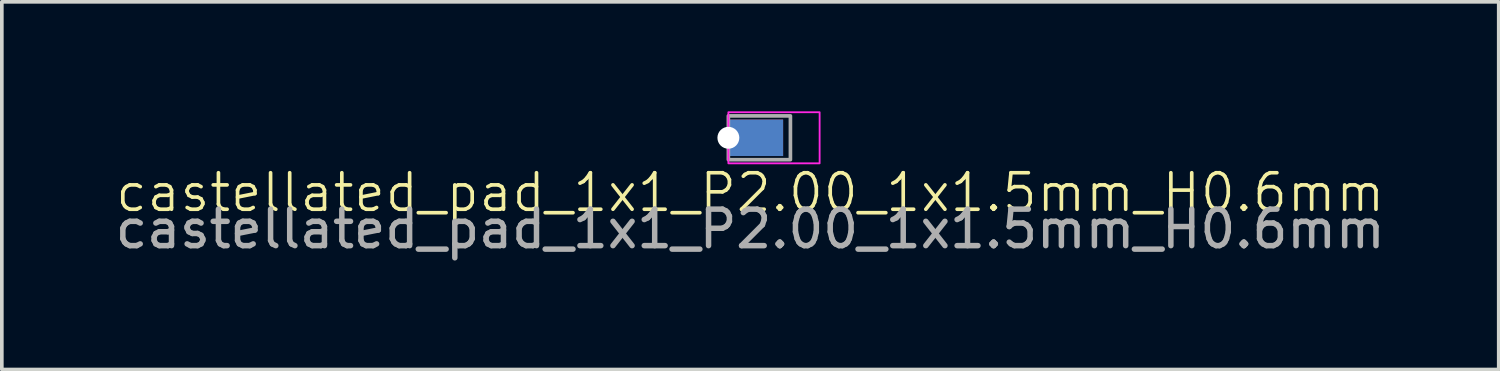
<source format=kicad_pcb>
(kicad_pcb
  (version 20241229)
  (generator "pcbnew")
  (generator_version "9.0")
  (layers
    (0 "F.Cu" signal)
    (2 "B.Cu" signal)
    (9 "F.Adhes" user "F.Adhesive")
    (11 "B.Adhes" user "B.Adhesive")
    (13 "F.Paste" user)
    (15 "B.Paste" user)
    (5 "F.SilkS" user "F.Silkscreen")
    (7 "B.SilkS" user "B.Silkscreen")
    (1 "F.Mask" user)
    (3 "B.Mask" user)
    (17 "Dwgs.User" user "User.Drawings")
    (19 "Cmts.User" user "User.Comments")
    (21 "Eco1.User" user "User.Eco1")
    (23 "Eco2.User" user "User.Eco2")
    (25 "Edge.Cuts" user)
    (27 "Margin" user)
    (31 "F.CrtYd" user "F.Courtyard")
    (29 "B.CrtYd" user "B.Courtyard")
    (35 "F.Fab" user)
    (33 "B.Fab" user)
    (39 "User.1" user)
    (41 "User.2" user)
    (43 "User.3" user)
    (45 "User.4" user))
  (footprint "castellated_pad_1x1_P2.00_1x1.5mm_H0.6mm"
    (layer "F.Cu")
    (at 17.506 0.725)
    (property "Reference" "castellated_pad_1x1_P2.00_1x1.5mm_H0.6mm" (at 0 1.5 0) (unlocked yes) (layer "F.SilkS") (effects (font (size 1 1) (thickness 0.1))))
    (fp_rect (start -0.6 -0.7) (end 1.9 0.7) (stroke (width 0.05) (type default)) (fill no) (layer "F.CrtYd"))
    (fp_rect (start -0.6 -0.6) (end 1.1 0.6) (stroke (width 0.1) (type default)) (fill no) (layer "F.Fab"))
    (fp_text user "${REFERENCE}" (at 0 2.5 0) (unlocked yes) (layer "F.Fab") (effects (font (size 1 1) (thickness 0.15))))
    (pad "1" thru_hole rect (at -0.6 0 90) (size 1 1.5) (drill 0.6 (offset 0 0.75)) (property pad_prop_castellated) (layers "*.Cu" "*.Mask")))
  (gr_rect
    (start -3 -3)
    (end 38.012 7.073)
    (stroke (width 0.1) (type default))
    (fill no)
    (layer "Edge.Cuts")))
</source>
